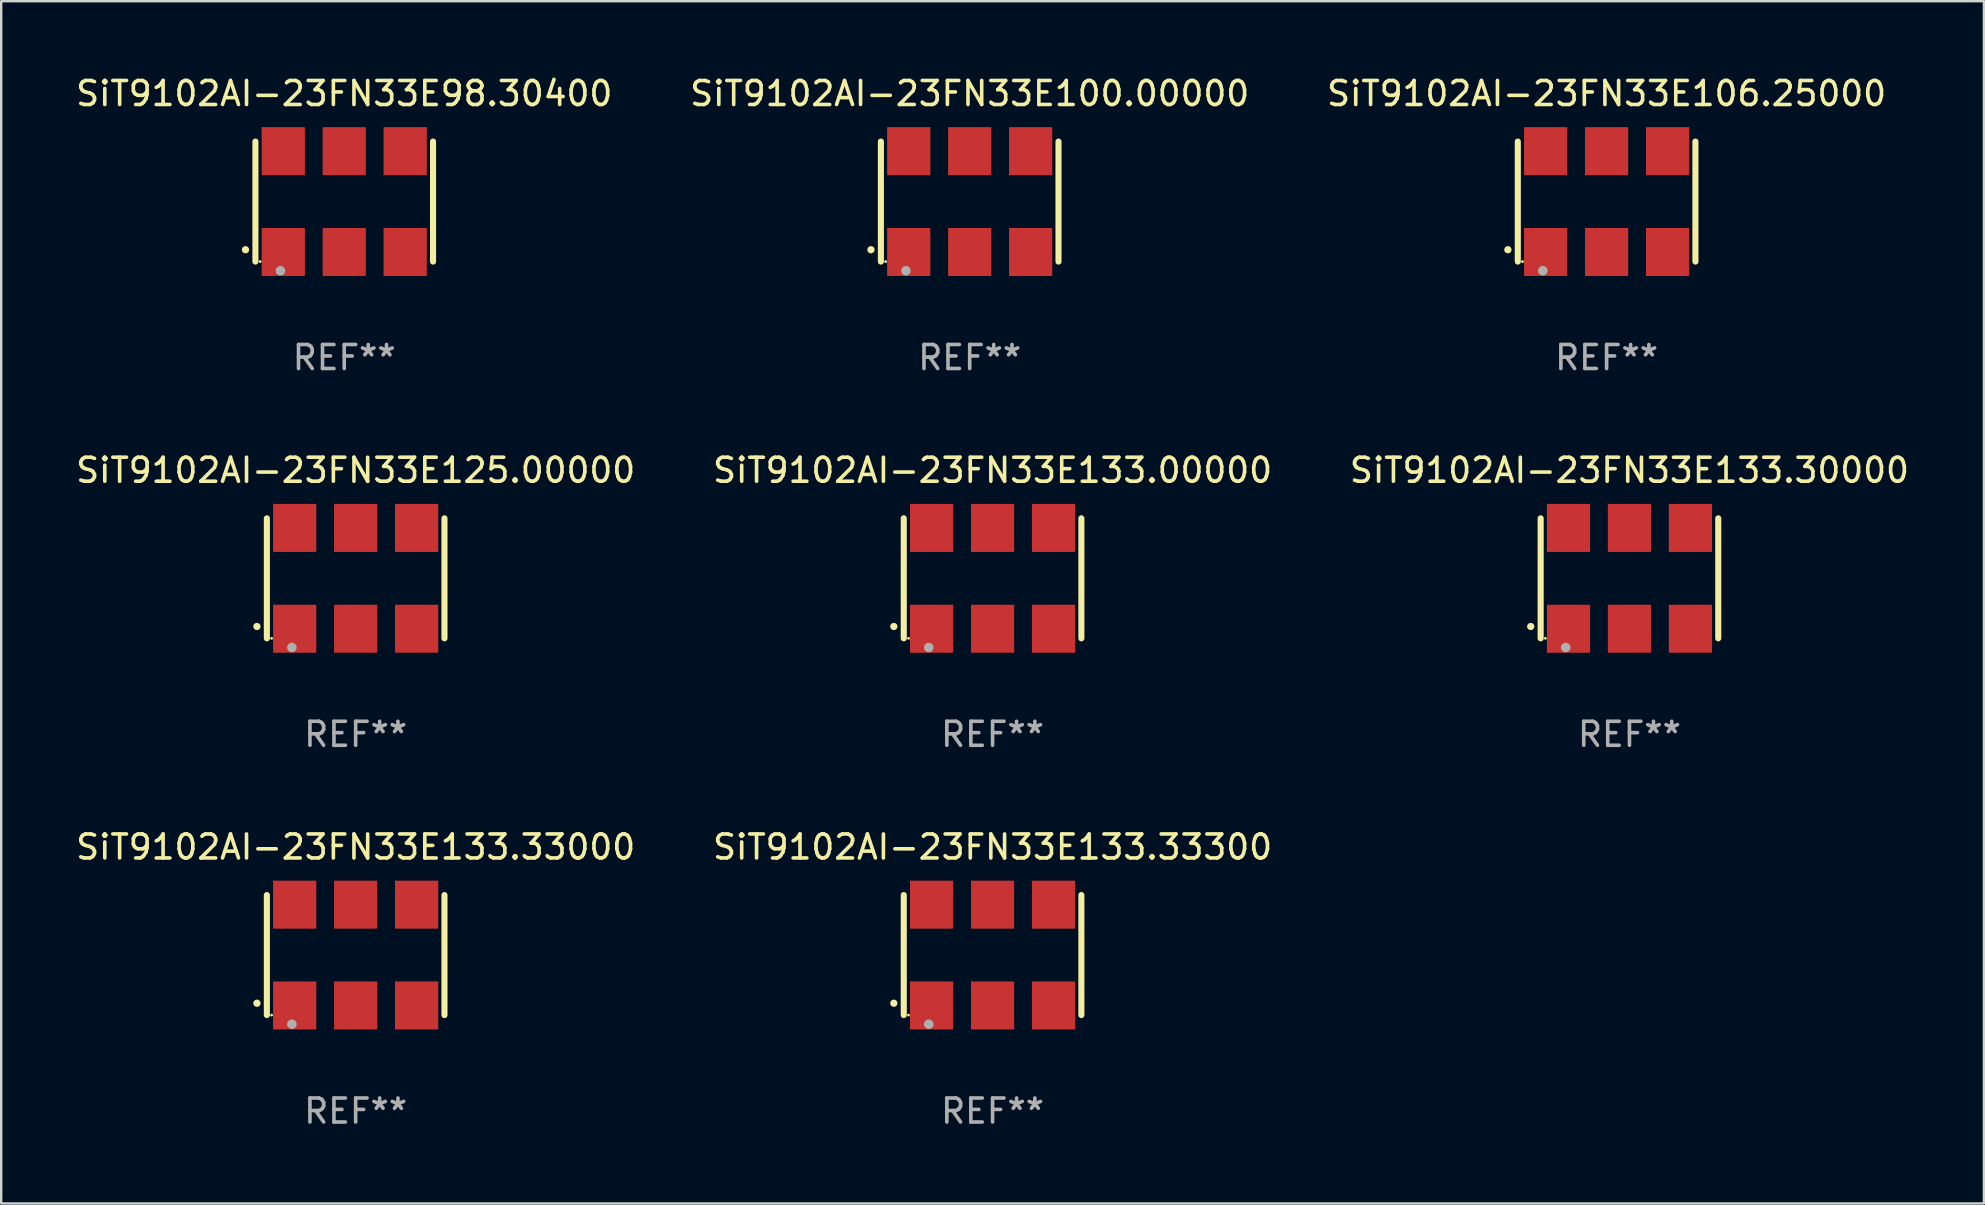
<source format=kicad_pcb>
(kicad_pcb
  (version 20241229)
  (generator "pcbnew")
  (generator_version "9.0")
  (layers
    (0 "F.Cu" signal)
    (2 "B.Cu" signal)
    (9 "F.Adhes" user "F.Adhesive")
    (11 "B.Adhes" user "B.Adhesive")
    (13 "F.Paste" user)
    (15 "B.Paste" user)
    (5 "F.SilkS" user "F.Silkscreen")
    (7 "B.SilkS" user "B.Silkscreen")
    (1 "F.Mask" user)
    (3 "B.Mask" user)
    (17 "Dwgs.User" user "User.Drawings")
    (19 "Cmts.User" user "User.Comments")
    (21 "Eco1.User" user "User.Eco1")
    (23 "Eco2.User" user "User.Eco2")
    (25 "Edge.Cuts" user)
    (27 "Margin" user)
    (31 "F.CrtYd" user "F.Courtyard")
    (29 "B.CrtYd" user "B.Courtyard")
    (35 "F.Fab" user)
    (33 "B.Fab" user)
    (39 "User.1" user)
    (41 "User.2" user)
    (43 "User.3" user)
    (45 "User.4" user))
  (footprint "SiT9102AI-23FN33E133.33000"
    (layer "F.Cu")
    (at 11.768 36.741)
    (property "Reference" "SiT9102AI-23FN33E133.33000" (at 0 -4.5 0) (layer "F.SilkS") (effects (font (size 1 1) (thickness 0.15))))
    (attr through_hole)
    (fp_line (start -3.7 -2.5) (end -3.7 2.5) (stroke (width 0.254) (type solid)) (layer "F.SilkS"))
    (fp_line (start 3.7 -2.5) (end 3.7 2.5) (stroke (width 0.254) (type solid)) (layer "F.SilkS"))
    (fp_arc (start -4.114415 2.006604) (mid -4.113145 2.006599) (end -4.111875 2.006604) (stroke (width 0.3) (type solid)) (layer "F.SilkS"))
    (fp_circle (center -3.502 2.5) (end -3.472 2.5) (stroke (width 0.06) (type solid)) (fill no) (layer "F.SilkS"))
    (fp_circle (center -2.657 2.882) (end -2.557 2.882) (stroke (width 0.2) (type solid)) (fill no) (layer "F.Fab"))
    (fp_text user "REF**" (at 0 6.5 0) (layer "F.Fab") (effects (font (size 1 1) (thickness 0.15))))
    (pad "1" smd rect (at -2.54 2.1) (size 1.8 2) (layers "F.Cu" "F.Mask" "F.Paste"))
    (pad "2" smd rect (at 0.000394 2.1) (size 1.8 2) (layers "F.Cu" "F.Mask" "F.Paste"))
    (pad "3" smd rect (at 2.54 2.1) (size 1.8 2) (layers "F.Cu" "F.Mask" "F.Paste"))
    (pad "4" smd rect (at 2.54 -2.1) (size 1.8 2) (layers "F.Cu" "F.Mask" "F.Paste"))
    (pad "5" smd rect (at 0.000394 -2.1) (size 1.8 2) (layers "F.Cu" "F.Mask" "F.Paste"))
    (pad "6" smd rect (at -2.54 -2.1) (size 1.8 2) (layers "F.Cu" "F.Mask" "F.Paste")))
  (footprint "SiT9102AI-23FN33E98.30400"
    (layer "F.Cu")
    (at 11.292 5.348)
    (property "Reference" "SiT9102AI-23FN33E98.30400" (at 0 -4.5 0) (layer "F.SilkS") (effects (font (size 1 1) (thickness 0.15))))
    (attr through_hole)
    (fp_line (start -3.7 -2.5) (end -3.7 2.5) (stroke (width 0.254) (type solid)) (layer "F.SilkS"))
    (fp_line (start 3.7 -2.5) (end 3.7 2.5) (stroke (width 0.254) (type solid)) (layer "F.SilkS"))
    (fp_arc (start -4.114415 2.006604) (mid -4.113145 2.006599) (end -4.111875 2.006604) (stroke (width 0.3) (type solid)) (layer "F.SilkS"))
    (fp_circle (center -3.502 2.5) (end -3.472 2.5) (stroke (width 0.06) (type solid)) (fill no) (layer "F.SilkS"))
    (fp_circle (center -2.657 2.882) (end -2.557 2.882) (stroke (width 0.2) (type solid)) (fill no) (layer "F.Fab"))
    (fp_text user "REF**" (at 0 6.5 0) (layer "F.Fab") (effects (font (size 1 1) (thickness 0.15))))
    (pad "1" smd rect (at -2.54 2.1) (size 1.8 2) (layers "F.Cu" "F.Mask" "F.Paste"))
    (pad "2" smd rect (at 0.000394 2.1) (size 1.8 2) (layers "F.Cu" "F.Mask" "F.Paste"))
    (pad "3" smd rect (at 2.54 2.1) (size 1.8 2) (layers "F.Cu" "F.Mask" "F.Paste"))
    (pad "4" smd rect (at 2.54 -2.1) (size 1.8 2) (layers "F.Cu" "F.Mask" "F.Paste"))
    (pad "5" smd rect (at 0.000394 -2.1) (size 1.8 2) (layers "F.Cu" "F.Mask" "F.Paste"))
    (pad "6" smd rect (at -2.54 -2.1) (size 1.8 2) (layers "F.Cu" "F.Mask" "F.Paste")))
  (footprint "SiT9102AI-23FN33E100.00000"
    (layer "F.Cu")
    (at 37.351 5.348)
    (property "Reference" "SiT9102AI-23FN33E100.00000" (at 0 -4.5 0) (layer "F.SilkS") (effects (font (size 1 1) (thickness 0.15))))
    (attr through_hole)
    (fp_line (start -3.7 -2.5) (end -3.7 2.5) (stroke (width 0.254) (type solid)) (layer "F.SilkS"))
    (fp_line (start 3.7 -2.5) (end 3.7 2.5) (stroke (width 0.254) (type solid)) (layer "F.SilkS"))
    (fp_arc (start -4.114415 2.006604) (mid -4.113145 2.006599) (end -4.111875 2.006604) (stroke (width 0.3) (type solid)) (layer "F.SilkS"))
    (fp_circle (center -3.502 2.5) (end -3.472 2.5) (stroke (width 0.06) (type solid)) (fill no) (layer "F.SilkS"))
    (fp_circle (center -2.657 2.882) (end -2.557 2.882) (stroke (width 0.2) (type solid)) (fill no) (layer "F.Fab"))
    (fp_text user "REF**" (at 0 6.5 0) (layer "F.Fab") (effects (font (size 1 1) (thickness 0.15))))
    (pad "1" smd rect (at -2.54 2.1) (size 1.8 2) (layers "F.Cu" "F.Mask" "F.Paste"))
    (pad "2" smd rect (at 0.000394 2.1) (size 1.8 2) (layers "F.Cu" "F.Mask" "F.Paste"))
    (pad "3" smd rect (at 2.54 2.1) (size 1.8 2) (layers "F.Cu" "F.Mask" "F.Paste"))
    (pad "4" smd rect (at 2.54 -2.1) (size 1.8 2) (layers "F.Cu" "F.Mask" "F.Paste"))
    (pad "5" smd rect (at 0.000394 -2.1) (size 1.8 2) (layers "F.Cu" "F.Mask" "F.Paste"))
    (pad "6" smd rect (at -2.54 -2.1) (size 1.8 2) (layers "F.Cu" "F.Mask" "F.Paste")))
  (footprint "SiT9102AI-23FN33E133.00000"
    (layer "F.Cu")
    (at 38.304 21.045)
    (property "Reference" "SiT9102AI-23FN33E133.00000" (at 0 -4.5 0) (layer "F.SilkS") (effects (font (size 1 1) (thickness 0.15))))
    (attr through_hole)
    (fp_line (start -3.7 -2.5) (end -3.7 2.5) (stroke (width 0.254) (type solid)) (layer "F.SilkS"))
    (fp_line (start 3.7 -2.5) (end 3.7 2.5) (stroke (width 0.254) (type solid)) (layer "F.SilkS"))
    (fp_arc (start -4.114415 2.006604) (mid -4.113145 2.006599) (end -4.111875 2.006604) (stroke (width 0.3) (type solid)) (layer "F.SilkS"))
    (fp_circle (center -3.502 2.5) (end -3.472 2.5) (stroke (width 0.06) (type solid)) (fill no) (layer "F.SilkS"))
    (fp_circle (center -2.657 2.882) (end -2.557 2.882) (stroke (width 0.2) (type solid)) (fill no) (layer "F.Fab"))
    (fp_text user "REF**" (at 0 6.5 0) (layer "F.Fab") (effects (font (size 1 1) (thickness 0.15))))
    (pad "1" smd rect (at -2.54 2.1) (size 1.8 2) (layers "F.Cu" "F.Mask" "F.Paste"))
    (pad "2" smd rect (at 0.000394 2.1) (size 1.8 2) (layers "F.Cu" "F.Mask" "F.Paste"))
    (pad "3" smd rect (at 2.54 2.1) (size 1.8 2) (layers "F.Cu" "F.Mask" "F.Paste"))
    (pad "4" smd rect (at 2.54 -2.1) (size 1.8 2) (layers "F.Cu" "F.Mask" "F.Paste"))
    (pad "5" smd rect (at 0.000394 -2.1) (size 1.8 2) (layers "F.Cu" "F.Mask" "F.Paste"))
    (pad "6" smd rect (at -2.54 -2.1) (size 1.8 2) (layers "F.Cu" "F.Mask" "F.Paste")))
  (footprint "SiT9102AI-23FN33E133.30000"
    (layer "F.Cu")
    (at 64.839 21.045)
    (property "Reference" "SiT9102AI-23FN33E133.30000" (at 0 -4.5 0) (layer "F.SilkS") (effects (font (size 1 1) (thickness 0.15))))
    (attr through_hole)
    (fp_line (start -3.7 -2.5) (end -3.7 2.5) (stroke (width 0.254) (type solid)) (layer "F.SilkS"))
    (fp_line (start 3.7 -2.5) (end 3.7 2.5) (stroke (width 0.254) (type solid)) (layer "F.SilkS"))
    (fp_arc (start -4.114415 2.006604) (mid -4.113145 2.006599) (end -4.111875 2.006604) (stroke (width 0.3) (type solid)) (layer "F.SilkS"))
    (fp_circle (center -3.502 2.5) (end -3.472 2.5) (stroke (width 0.06) (type solid)) (fill no) (layer "F.SilkS"))
    (fp_circle (center -2.657 2.882) (end -2.557 2.882) (stroke (width 0.2) (type solid)) (fill no) (layer "F.Fab"))
    (fp_text user "REF**" (at 0 6.5 0) (layer "F.Fab") (effects (font (size 1 1) (thickness 0.15))))
    (pad "1" smd rect (at -2.54 2.1) (size 1.8 2) (layers "F.Cu" "F.Mask" "F.Paste"))
    (pad "2" smd rect (at 0.000394 2.1) (size 1.8 2) (layers "F.Cu" "F.Mask" "F.Paste"))
    (pad "3" smd rect (at 2.54 2.1) (size 1.8 2) (layers "F.Cu" "F.Mask" "F.Paste"))
    (pad "4" smd rect (at 2.54 -2.1) (size 1.8 2) (layers "F.Cu" "F.Mask" "F.Paste"))
    (pad "5" smd rect (at 0.000394 -2.1) (size 1.8 2) (layers "F.Cu" "F.Mask" "F.Paste"))
    (pad "6" smd rect (at -2.54 -2.1) (size 1.8 2) (layers "F.Cu" "F.Mask" "F.Paste")))
  (footprint "SiT9102AI-23FN33E106.25000"
    (layer "F.Cu")
    (at 63.887 5.348)
    (property "Reference" "SiT9102AI-23FN33E106.25000" (at 0 -4.5 0) (layer "F.SilkS") (effects (font (size 1 1) (thickness 0.15))))
    (attr through_hole)
    (fp_line (start -3.7 -2.5) (end -3.7 2.5) (stroke (width 0.254) (type solid)) (layer "F.SilkS"))
    (fp_line (start 3.7 -2.5) (end 3.7 2.5) (stroke (width 0.254) (type solid)) (layer "F.SilkS"))
    (fp_arc (start -4.114415 2.006604) (mid -4.113145 2.006599) (end -4.111875 2.006604) (stroke (width 0.3) (type solid)) (layer "F.SilkS"))
    (fp_circle (center -3.502 2.5) (end -3.472 2.5) (stroke (width 0.06) (type solid)) (fill no) (layer "F.SilkS"))
    (fp_circle (center -2.657 2.882) (end -2.557 2.882) (stroke (width 0.2) (type solid)) (fill no) (layer "F.Fab"))
    (fp_text user "REF**" (at 0 6.5 0) (layer "F.Fab") (effects (font (size 1 1) (thickness 0.15))))
    (pad "1" smd rect (at -2.54 2.1) (size 1.8 2) (layers "F.Cu" "F.Mask" "F.Paste"))
    (pad "2" smd rect (at 0.000394 2.1) (size 1.8 2) (layers "F.Cu" "F.Mask" "F.Paste"))
    (pad "3" smd rect (at 2.54 2.1) (size 1.8 2) (layers "F.Cu" "F.Mask" "F.Paste"))
    (pad "4" smd rect (at 2.54 -2.1) (size 1.8 2) (layers "F.Cu" "F.Mask" "F.Paste"))
    (pad "5" smd rect (at 0.000394 -2.1) (size 1.8 2) (layers "F.Cu" "F.Mask" "F.Paste"))
    (pad "6" smd rect (at -2.54 -2.1) (size 1.8 2) (layers "F.Cu" "F.Mask" "F.Paste")))
  (footprint "SiT9102AI-23FN33E125.00000"
    (layer "F.Cu")
    (at 11.768 21.045)
    (property "Reference" "SiT9102AI-23FN33E125.00000" (at 0 -4.5 0) (layer "F.SilkS") (effects (font (size 1 1) (thickness 0.15))))
    (attr through_hole)
    (fp_line (start -3.7 -2.5) (end -3.7 2.5) (stroke (width 0.254) (type solid)) (layer "F.SilkS"))
    (fp_line (start 3.7 -2.5) (end 3.7 2.5) (stroke (width 0.254) (type solid)) (layer "F.SilkS"))
    (fp_arc (start -4.114415 2.006604) (mid -4.113145 2.006599) (end -4.111875 2.006604) (stroke (width 0.3) (type solid)) (layer "F.SilkS"))
    (fp_circle (center -3.502 2.5) (end -3.472 2.5) (stroke (width 0.06) (type solid)) (fill no) (layer "F.SilkS"))
    (fp_circle (center -2.657 2.882) (end -2.557 2.882) (stroke (width 0.2) (type solid)) (fill no) (layer "F.Fab"))
    (fp_text user "REF**" (at 0 6.5 0) (layer "F.Fab") (effects (font (size 1 1) (thickness 0.15))))
    (pad "1" smd rect (at -2.54 2.1) (size 1.8 2) (layers "F.Cu" "F.Mask" "F.Paste"))
    (pad "2" smd rect (at 0.000394 2.1) (size 1.8 2) (layers "F.Cu" "F.Mask" "F.Paste"))
    (pad "3" smd rect (at 2.54 2.1) (size 1.8 2) (layers "F.Cu" "F.Mask" "F.Paste"))
    (pad "4" smd rect (at 2.54 -2.1) (size 1.8 2) (layers "F.Cu" "F.Mask" "F.Paste"))
    (pad "5" smd rect (at 0.000394 -2.1) (size 1.8 2) (layers "F.Cu" "F.Mask" "F.Paste"))
    (pad "6" smd rect (at -2.54 -2.1) (size 1.8 2) (layers "F.Cu" "F.Mask" "F.Paste")))
  (footprint "SiT9102AI-23FN33E133.33300"
    (layer "F.Cu")
    (at 38.304 36.741)
    (property "Reference" "SiT9102AI-23FN33E133.33300" (at 0 -4.5 0) (layer "F.SilkS") (effects (font (size 1 1) (thickness 0.15))))
    (attr through_hole)
    (fp_line (start -3.7 -2.5) (end -3.7 2.5) (stroke (width 0.254) (type solid)) (layer "F.SilkS"))
    (fp_line (start 3.7 -2.5) (end 3.7 2.5) (stroke (width 0.254) (type solid)) (layer "F.SilkS"))
    (fp_arc (start -4.114415 2.006604) (mid -4.113145 2.006599) (end -4.111875 2.006604) (stroke (width 0.3) (type solid)) (layer "F.SilkS"))
    (fp_circle (center -3.502 2.5) (end -3.472 2.5) (stroke (width 0.06) (type solid)) (fill no) (layer "F.SilkS"))
    (fp_circle (center -2.657 2.882) (end -2.557 2.882) (stroke (width 0.2) (type solid)) (fill no) (layer "F.Fab"))
    (fp_text user "REF**" (at 0 6.5 0) (layer "F.Fab") (effects (font (size 1 1) (thickness 0.15))))
    (pad "1" smd rect (at -2.54 2.1) (size 1.8 2) (layers "F.Cu" "F.Mask" "F.Paste"))
    (pad "2" smd rect (at 0.000394 2.1) (size 1.8 2) (layers "F.Cu" "F.Mask" "F.Paste"))
    (pad "3" smd rect (at 2.54 2.1) (size 1.8 2) (layers "F.Cu" "F.Mask" "F.Paste"))
    (pad "4" smd rect (at 2.54 -2.1) (size 1.8 2) (layers "F.Cu" "F.Mask" "F.Paste"))
    (pad "5" smd rect (at 0.000394 -2.1) (size 1.8 2) (layers "F.Cu" "F.Mask" "F.Paste"))
    (pad "6" smd rect (at -2.54 -2.1) (size 1.8 2) (layers "F.Cu" "F.Mask" "F.Paste")))
  (gr_rect
    (start -3 -3)
    (end 79.607 47.09)
    (stroke (width 0.1) (type default))
    (fill no)
    (layer "Edge.Cuts")))
</source>
